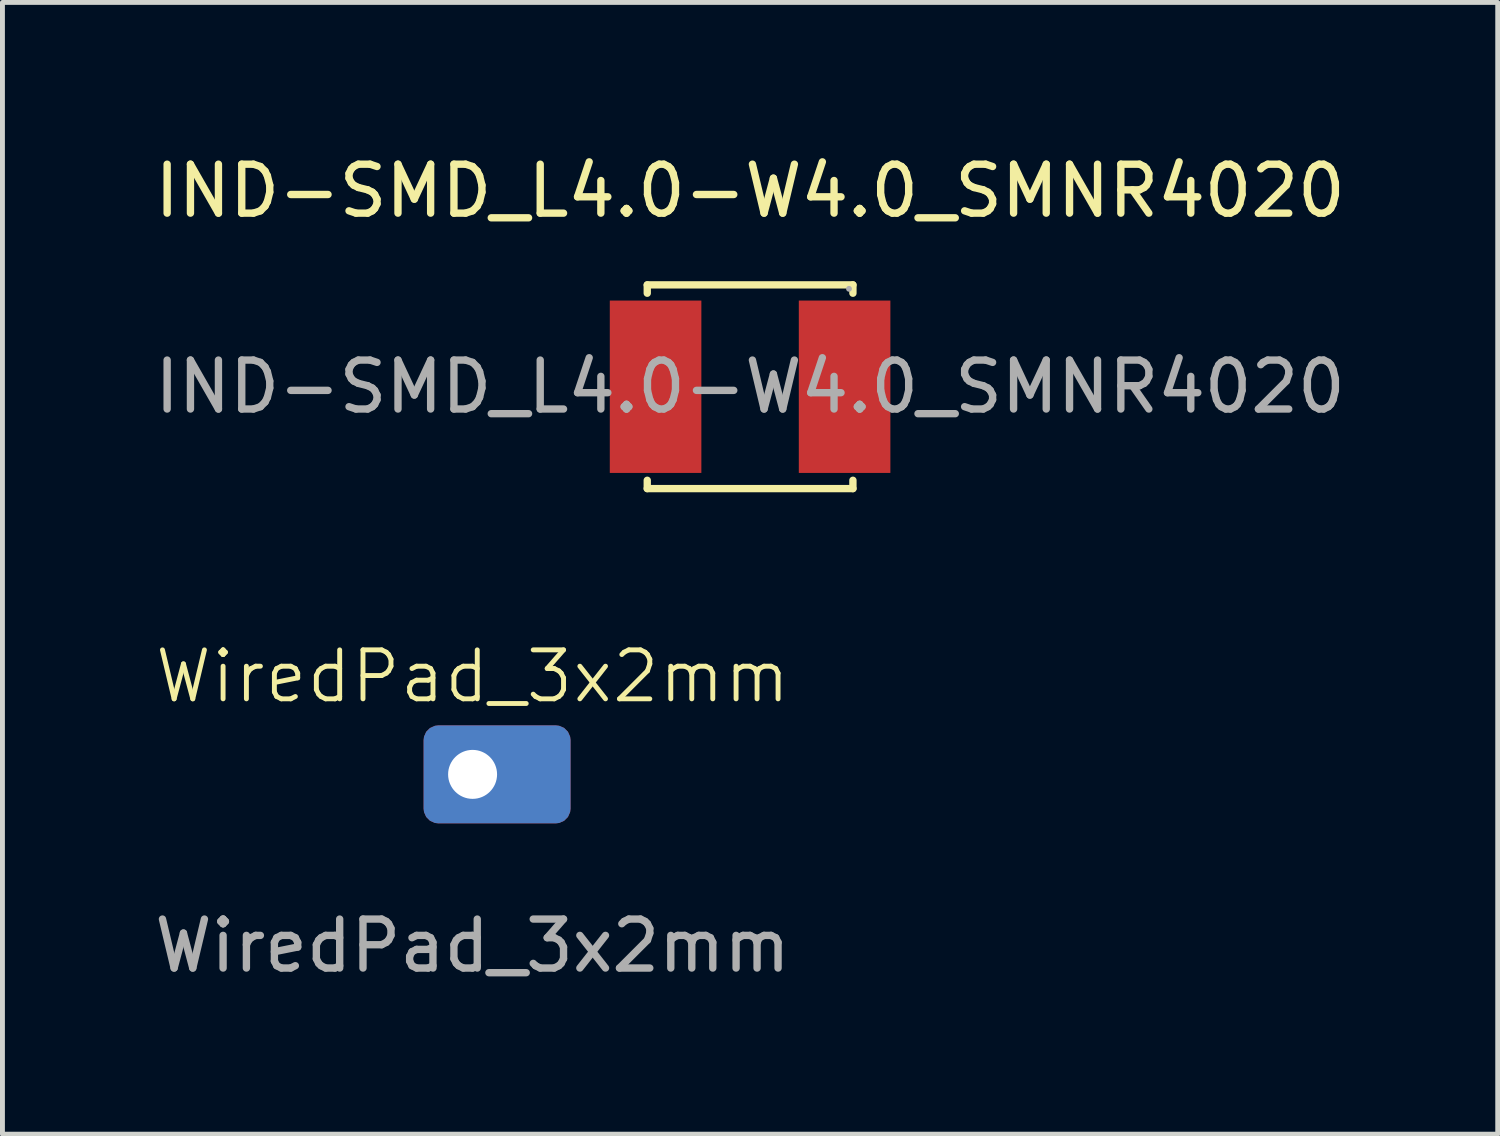
<source format=kicad_pcb>
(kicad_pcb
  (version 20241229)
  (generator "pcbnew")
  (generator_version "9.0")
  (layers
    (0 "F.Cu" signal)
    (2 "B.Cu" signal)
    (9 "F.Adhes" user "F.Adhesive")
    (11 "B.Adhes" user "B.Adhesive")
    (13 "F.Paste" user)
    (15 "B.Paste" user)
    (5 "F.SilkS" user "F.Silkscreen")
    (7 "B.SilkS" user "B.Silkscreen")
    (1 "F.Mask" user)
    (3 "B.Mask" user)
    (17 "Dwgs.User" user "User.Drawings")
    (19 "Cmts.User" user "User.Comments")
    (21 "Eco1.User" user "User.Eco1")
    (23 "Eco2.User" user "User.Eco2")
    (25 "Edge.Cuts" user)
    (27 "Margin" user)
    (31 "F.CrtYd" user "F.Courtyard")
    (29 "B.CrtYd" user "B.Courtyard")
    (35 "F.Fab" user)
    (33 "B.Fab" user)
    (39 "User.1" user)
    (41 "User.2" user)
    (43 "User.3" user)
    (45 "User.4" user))
  (footprint "WiredPad_3x2mm"
    (layer "F.Cu")
    (at 6.601 12.764)
    (property "Reference" "WiredPad_3x2mm" (at 0 -2 0) (unlocked yes) (layer "F.SilkS") (effects (font (size 1 1) (thickness 0.1))))
    (attr smd)
    (fp_text user "${REFERENCE}" (at 0 3.5 0) (unlocked yes) (layer "F.Fab") (effects (font (size 1 1) (thickness 0.15))))
    (pad "1" thru_hole roundrect (at 0 0) (size 3 2) (drill 1 (offset 0.5 0)) (layers "*.Cu" "*.Mask") (roundrect_rratio 0.15)))
  (footprint "IND-SMD_L4.0-W4.0_SMNR4020"
    (layer "F.Cu")
    (at 12.268 4.848)
    (property "Reference" "IND-SMD_L4.0-W4.0_SMNR4020" (at 0 -4 0) (layer "F.SilkS") (effects (font (size 1 1) (thickness 0.15))))
    (attr smd)
    (fp_line (start -2.1 -2.08) (end 2.1 -2.08) (stroke (width 0.15) (type solid)) (layer "F.SilkS"))
    (fp_line (start -2.1 -1.91) (end -2.1 -2.08) (stroke (width 0.15) (type solid)) (layer "F.SilkS"))
    (fp_line (start -2.1 1.91) (end -2.1 2.08) (stroke (width 0.15) (type solid)) (layer "F.SilkS"))
    (fp_line (start -2.1 2.08) (end 2.1 2.08) (stroke (width 0.15) (type solid)) (layer "F.SilkS"))
    (fp_line (start 2.1 -2.08) (end 2.1 -1.91) (stroke (width 0.15) (type solid)) (layer "F.SilkS"))
    (fp_line (start 2.1 2.08) (end 2.1 1.91) (stroke (width 0.15) (type solid)) (layer "F.SilkS"))
    (fp_circle (center 2.02 -2) (end 2.05 -2) (stroke (width 0.06) (type solid)) (fill no) (layer "F.Fab"))
    (fp_text user "${REFERENCE}" (at 0 0 0) (layer "F.Fab") (effects (font (size 1 1) (thickness 0.15))))
    (pad "1" smd rect (at 1.93 0) (size 1.87 3.52) (layers "F.Cu" "F.Mask" "F.Paste"))
    (pad "2" smd rect (at -1.93 0) (size 1.87 3.52) (layers "F.Cu" "F.Mask" "F.Paste")))
  (gr_rect
    (start -3 -3)
    (end 27.536 20.112)
    (stroke (width 0.1) (type default))
    (fill no)
    (layer "Edge.Cuts")))
</source>
